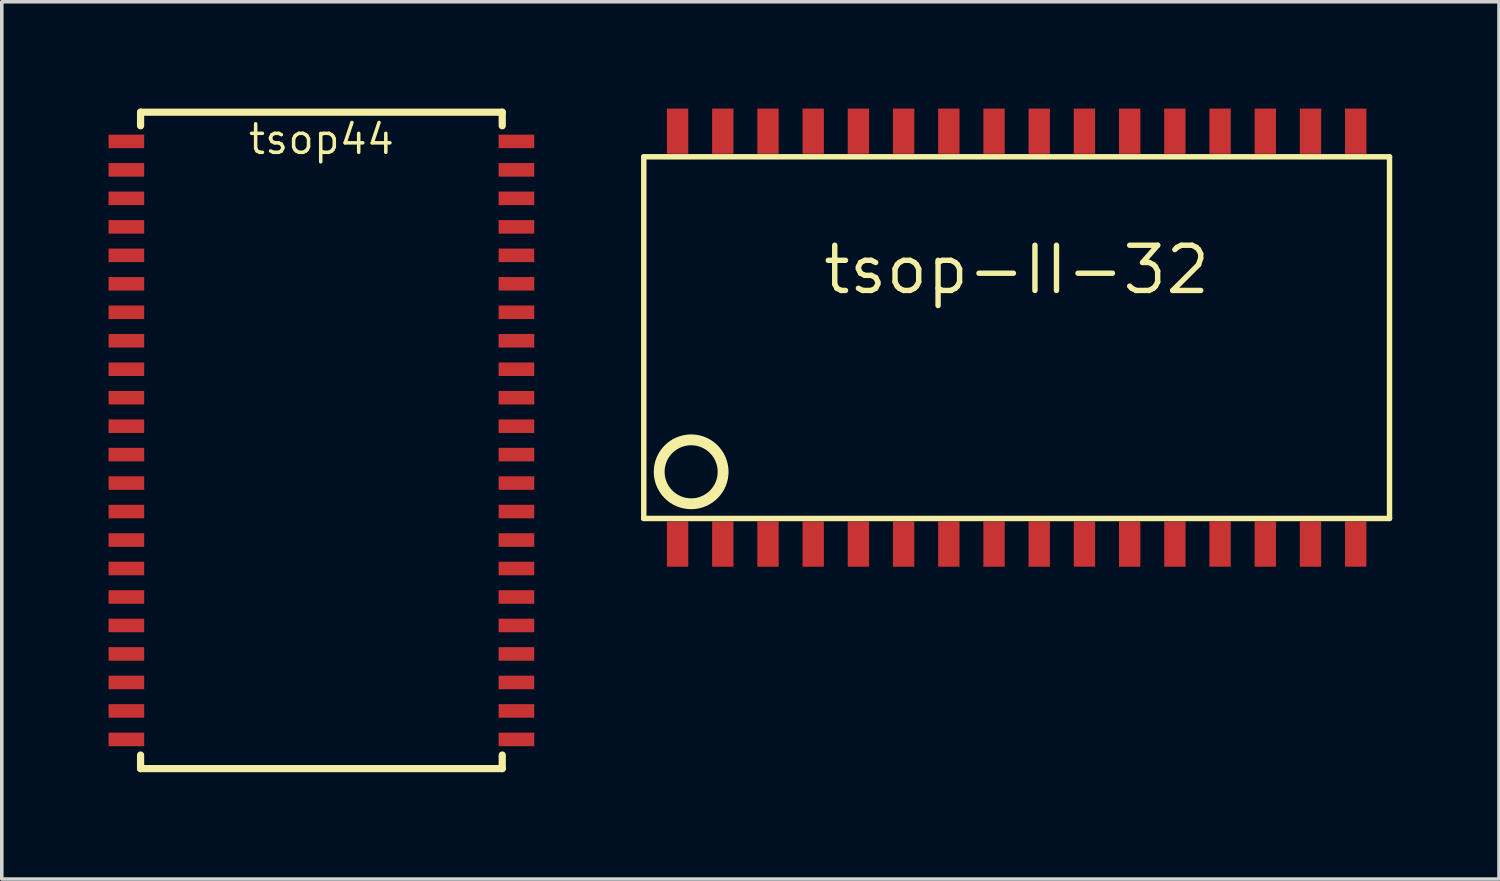
<source format=kicad_pcb>
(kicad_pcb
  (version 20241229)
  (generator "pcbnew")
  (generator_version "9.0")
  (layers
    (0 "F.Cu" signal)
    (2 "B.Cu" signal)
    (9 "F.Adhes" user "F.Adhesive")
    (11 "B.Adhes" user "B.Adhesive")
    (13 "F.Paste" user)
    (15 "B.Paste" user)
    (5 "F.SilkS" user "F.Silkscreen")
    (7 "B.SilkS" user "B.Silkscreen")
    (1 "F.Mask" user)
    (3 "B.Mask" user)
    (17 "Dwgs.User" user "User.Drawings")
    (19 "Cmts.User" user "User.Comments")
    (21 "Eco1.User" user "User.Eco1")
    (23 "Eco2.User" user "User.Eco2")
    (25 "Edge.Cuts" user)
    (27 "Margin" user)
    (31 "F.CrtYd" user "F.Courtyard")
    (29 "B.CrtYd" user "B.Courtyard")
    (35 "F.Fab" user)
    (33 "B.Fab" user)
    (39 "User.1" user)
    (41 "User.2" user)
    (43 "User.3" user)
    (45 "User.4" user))
  (footprint "tsop44"
    (layer "F.Cu")
    (at 5.979 9.322)
    (property "Reference" "tsop44" (at 0 -8.458 0) (layer "F.SilkS") (effects (font (size 0.8 0.8) (thickness 0.099))))
    (attr through_hole)
    (fp_line (start -5.08 -9.22) (end -5.08 -8.839) (stroke (width 0.203) (type solid)) (layer "F.SilkS"))
    (fp_line (start -5.08 -9.22) (end 5.08 -9.22) (stroke (width 0.203) (type solid)) (layer "F.SilkS"))
    (fp_line (start -5.08 9.22) (end -5.08 8.839) (stroke (width 0.203) (type solid)) (layer "F.SilkS"))
    (fp_line (start -5.08 9.22) (end 5.08 9.22) (stroke (width 0.203) (type solid)) (layer "F.SilkS"))
    (fp_line (start 5.08 -9.22) (end 5.08 -8.839) (stroke (width 0.203) (type solid)) (layer "F.SilkS"))
    (fp_line (start 5.08 9.22) (end 5.08 8.839) (stroke (width 0.203) (type solid)) (layer "F.SilkS"))
    (pad "1" smd rect (at -5.479 -8.4) (size 1.001 0.381) (layers "F.Cu" "F.Mask" "F.Paste"))
    (pad "2" smd rect (at -5.479 -7.6) (size 1.001 0.381) (layers "F.Cu" "F.Mask" "F.Paste"))
    (pad "3" smd rect (at -5.479 -6.8) (size 1.001 0.381) (layers "F.Cu" "F.Mask" "F.Paste"))
    (pad "4" smd rect (at -5.479 -5.999) (size 1.001 0.381) (layers "F.Cu" "F.Mask" "F.Paste"))
    (pad "5" smd rect (at -5.479 -5.199) (size 1.001 0.381) (layers "F.Cu" "F.Mask" "F.Paste"))
    (pad "6" smd rect (at -5.479 -4.399) (size 1.001 0.381) (layers "F.Cu" "F.Mask" "F.Paste"))
    (pad "7" smd rect (at -5.479 -3.599) (size 1.001 0.381) (layers "F.Cu" "F.Mask" "F.Paste"))
    (pad "8" smd rect (at -5.479 -2.799) (size 1.001 0.381) (layers "F.Cu" "F.Mask" "F.Paste"))
    (pad "9" smd rect (at -5.479 -1.999) (size 1.001 0.381) (layers "F.Cu" "F.Mask" "F.Paste"))
    (pad "10" smd rect (at -5.479 -1.199) (size 1.001 0.381) (layers "F.Cu" "F.Mask" "F.Paste"))
    (pad "11" smd rect (at -5.479 -0.399) (size 1.001 0.381) (layers "F.Cu" "F.Mask" "F.Paste"))
    (pad "12" smd rect (at -5.479 0.399) (size 1.001 0.381) (layers "F.Cu" "F.Mask" "F.Paste"))
    (pad "13" smd rect (at -5.479 1.199) (size 1.001 0.381) (layers "F.Cu" "F.Mask" "F.Paste"))
    (pad "14" smd rect (at -5.479 1.999) (size 1.001 0.381) (layers "F.Cu" "F.Mask" "F.Paste"))
    (pad "15" smd rect (at -5.479 2.799) (size 1.001 0.381) (layers "F.Cu" "F.Mask" "F.Paste"))
    (pad "16" smd rect (at -5.479 3.599) (size 1.001 0.381) (layers "F.Cu" "F.Mask" "F.Paste"))
    (pad "17" smd rect (at -5.479 4.399) (size 1.001 0.381) (layers "F.Cu" "F.Mask" "F.Paste"))
    (pad "18" smd rect (at -5.479 5.199) (size 1.001 0.381) (layers "F.Cu" "F.Mask" "F.Paste"))
    (pad "19" smd rect (at -5.479 5.999) (size 1.001 0.381) (layers "F.Cu" "F.Mask" "F.Paste"))
    (pad "20" smd rect (at -5.479 6.8) (size 1.001 0.381) (layers "F.Cu" "F.Mask" "F.Paste"))
    (pad "21" smd rect (at -5.479 7.6) (size 1.001 0.381) (layers "F.Cu" "F.Mask" "F.Paste"))
    (pad "22" smd rect (at -5.479 8.4) (size 1.001 0.381) (layers "F.Cu" "F.Mask" "F.Paste"))
    (pad "23" smd rect (at 5.479 8.4) (size 1.001 0.381) (layers "F.Cu" "F.Mask" "F.Paste"))
    (pad "24" smd rect (at 5.479 7.6) (size 1.001 0.381) (layers "F.Cu" "F.Mask" "F.Paste"))
    (pad "25" smd rect (at 5.479 6.8) (size 1.001 0.381) (layers "F.Cu" "F.Mask" "F.Paste"))
    (pad "26" smd rect (at 5.479 5.999) (size 1.001 0.381) (layers "F.Cu" "F.Mask" "F.Paste"))
    (pad "27" smd rect (at 5.479 5.199) (size 1.001 0.381) (layers "F.Cu" "F.Mask" "F.Paste"))
    (pad "28" smd rect (at 5.479 4.399) (size 1.001 0.381) (layers "F.Cu" "F.Mask" "F.Paste"))
    (pad "29" smd rect (at 5.479 3.599) (size 1.001 0.381) (layers "F.Cu" "F.Mask" "F.Paste"))
    (pad "30" smd rect (at 5.479 2.799) (size 1.001 0.381) (layers "F.Cu" "F.Mask" "F.Paste"))
    (pad "31" smd rect (at 5.479 1.999) (size 1.001 0.381) (layers "F.Cu" "F.Mask" "F.Paste"))
    (pad "32" smd rect (at 5.479 1.199) (size 1.001 0.381) (layers "F.Cu" "F.Mask" "F.Paste"))
    (pad "33" smd rect (at 5.479 0.399) (size 1.001 0.381) (layers "F.Cu" "F.Mask" "F.Paste"))
    (pad "34" smd rect (at 5.479 -0.399) (size 1.001 0.381) (layers "F.Cu" "F.Mask" "F.Paste"))
    (pad "35" smd rect (at 5.479 -1.199) (size 1.001 0.381) (layers "F.Cu" "F.Mask" "F.Paste"))
    (pad "36" smd rect (at 5.479 -1.999) (size 1.001 0.381) (layers "F.Cu" "F.Mask" "F.Paste"))
    (pad "37" smd rect (at 5.479 -2.799) (size 1.001 0.381) (layers "F.Cu" "F.Mask" "F.Paste"))
    (pad "38" smd rect (at 5.479 -3.599) (size 1.001 0.381) (layers "F.Cu" "F.Mask" "F.Paste"))
    (pad "39" smd rect (at 5.479 -4.399) (size 1.001 0.381) (layers "F.Cu" "F.Mask" "F.Paste"))
    (pad "40" smd rect (at 5.479 -5.199) (size 1.001 0.381) (layers "F.Cu" "F.Mask" "F.Paste"))
    (pad "41" smd rect (at 5.479 -5.999) (size 1.001 0.381) (layers "F.Cu" "F.Mask" "F.Paste"))
    (pad "42" smd rect (at 5.479 -6.8) (size 1.001 0.381) (layers "F.Cu" "F.Mask" "F.Paste"))
    (pad "43" smd rect (at 5.479 -7.6) (size 1.001 0.381) (layers "F.Cu" "F.Mask" "F.Paste"))
    (pad "44" smd rect (at 5.479 -8.4) (size 1.001 0.381) (layers "F.Cu" "F.Mask" "F.Paste")))
  (footprint "tsop-II-32"
    (layer "F.Cu")
    (at 25.51 6.435)
    (property "Reference" "tsop-II-32" (at 0 -1.905 0) (layer "F.SilkS") (effects (font (size 1.27 1.27) (thickness 0.152))))
    (attr smd)
    (fp_line (start -10.475 -5.08) (end 10.475 -5.08) (stroke (width 0.152) (type solid)) (layer "F.SilkS"))
    (fp_line (start -10.475 5.08) (end -10.475 -5.08) (stroke (width 0.152) (type solid)) (layer "F.SilkS"))
    (fp_line (start 10.475 -5.08) (end 10.475 5.08) (stroke (width 0.152) (type solid)) (layer "F.SilkS"))
    (fp_line (start 10.475 5.08) (end -10.475 5.08) (stroke (width 0.152) (type solid)) (layer "F.SilkS"))
    (fp_circle (center -9.144 3.769) (end -9.779 3.134) (stroke (width 0.305) (type solid)) (fill no) (layer "F.SilkS"))
    (pad "1" smd rect (at -9.525 5.8) (size 0.6 1.27) (layers "F.Cu" "F.Mask" "F.Paste"))
    (pad "2" smd rect (at -8.255 5.8) (size 0.6 1.27) (layers "F.Cu" "F.Mask" "F.Paste"))
    (pad "3" smd rect (at -6.985 5.8) (size 0.6 1.27) (layers "F.Cu" "F.Mask" "F.Paste"))
    (pad "4" smd rect (at -5.715 5.8) (size 0.6 1.27) (layers "F.Cu" "F.Mask" "F.Paste"))
    (pad "5" smd rect (at -4.445 5.8) (size 0.6 1.27) (layers "F.Cu" "F.Mask" "F.Paste"))
    (pad "6" smd rect (at -3.175 5.8) (size 0.6 1.27) (layers "F.Cu" "F.Mask" "F.Paste"))
    (pad "7" smd rect (at -1.905 5.8) (size 0.6 1.27) (layers "F.Cu" "F.Mask" "F.Paste"))
    (pad "8" smd rect (at -0.635 5.8) (size 0.6 1.27) (layers "F.Cu" "F.Mask" "F.Paste"))
    (pad "9" smd rect (at 0.635 5.8) (size 0.6 1.27) (layers "F.Cu" "F.Mask" "F.Paste"))
    (pad "10" smd rect (at 1.905 5.8) (size 0.6 1.27) (layers "F.Cu" "F.Mask" "F.Paste"))
    (pad "11" smd rect (at 3.175 5.8) (size 0.6 1.27) (layers "F.Cu" "F.Mask" "F.Paste"))
    (pad "12" smd rect (at 4.445 5.8) (size 0.6 1.27) (layers "F.Cu" "F.Mask" "F.Paste"))
    (pad "13" smd rect (at 5.715 5.8) (size 0.6 1.27) (layers "F.Cu" "F.Mask" "F.Paste"))
    (pad "14" smd rect (at 6.985 5.8) (size 0.6 1.27) (layers "F.Cu" "F.Mask" "F.Paste"))
    (pad "15" smd rect (at 8.255 5.8) (size 0.6 1.27) (layers "F.Cu" "F.Mask" "F.Paste"))
    (pad "16" smd rect (at 9.525 5.8) (size 0.6 1.27) (layers "F.Cu" "F.Mask" "F.Paste"))
    (pad "17" smd rect (at 9.525 -5.8) (size 0.6 1.27) (layers "F.Cu" "F.Mask" "F.Paste"))
    (pad "18" smd rect (at 8.255 -5.8) (size 0.6 1.27) (layers "F.Cu" "F.Mask" "F.Paste"))
    (pad "19" smd rect (at 6.985 -5.8) (size 0.6 1.27) (layers "F.Cu" "F.Mask" "F.Paste"))
    (pad "20" smd rect (at 5.715 -5.8) (size 0.6 1.27) (layers "F.Cu" "F.Mask" "F.Paste"))
    (pad "21" smd rect (at 4.445 -5.8) (size 0.6 1.27) (layers "F.Cu" "F.Mask" "F.Paste"))
    (pad "22" smd rect (at 3.175 -5.8) (size 0.6 1.27) (layers "F.Cu" "F.Mask" "F.Paste"))
    (pad "23" smd rect (at 1.905 -5.8) (size 0.6 1.27) (layers "F.Cu" "F.Mask" "F.Paste"))
    (pad "24" smd rect (at 0.635 -5.8) (size 0.6 1.27) (layers "F.Cu" "F.Mask" "F.Paste"))
    (pad "25" smd rect (at -0.635 -5.8) (size 0.6 1.27) (layers "F.Cu" "F.Mask" "F.Paste"))
    (pad "26" smd rect (at -1.905 -5.8) (size 0.6 1.27) (layers "F.Cu" "F.Mask" "F.Paste"))
    (pad "27" smd rect (at -3.175 -5.8) (size 0.6 1.27) (layers "F.Cu" "F.Mask" "F.Paste"))
    (pad "28" smd rect (at -4.445 -5.8) (size 0.6 1.27) (layers "F.Cu" "F.Mask" "F.Paste"))
    (pad "29" smd rect (at -5.715 -5.8) (size 0.6 1.27) (layers "F.Cu" "F.Mask" "F.Paste"))
    (pad "30" smd rect (at -6.985 -5.8) (size 0.6 1.27) (layers "F.Cu" "F.Mask" "F.Paste"))
    (pad "31" smd rect (at -8.255 -5.8) (size 0.6 1.27) (layers "F.Cu" "F.Mask" "F.Paste"))
    (pad "32" smd rect (at -9.525 -5.8) (size 0.6 1.27) (layers "F.Cu" "F.Mask" "F.Paste")))
  (gr_rect
    (start -3 -3)
    (end 39.061 21.644)
    (stroke (width 0.1) (type default))
    (fill no)
    (layer "Edge.Cuts")))
</source>
